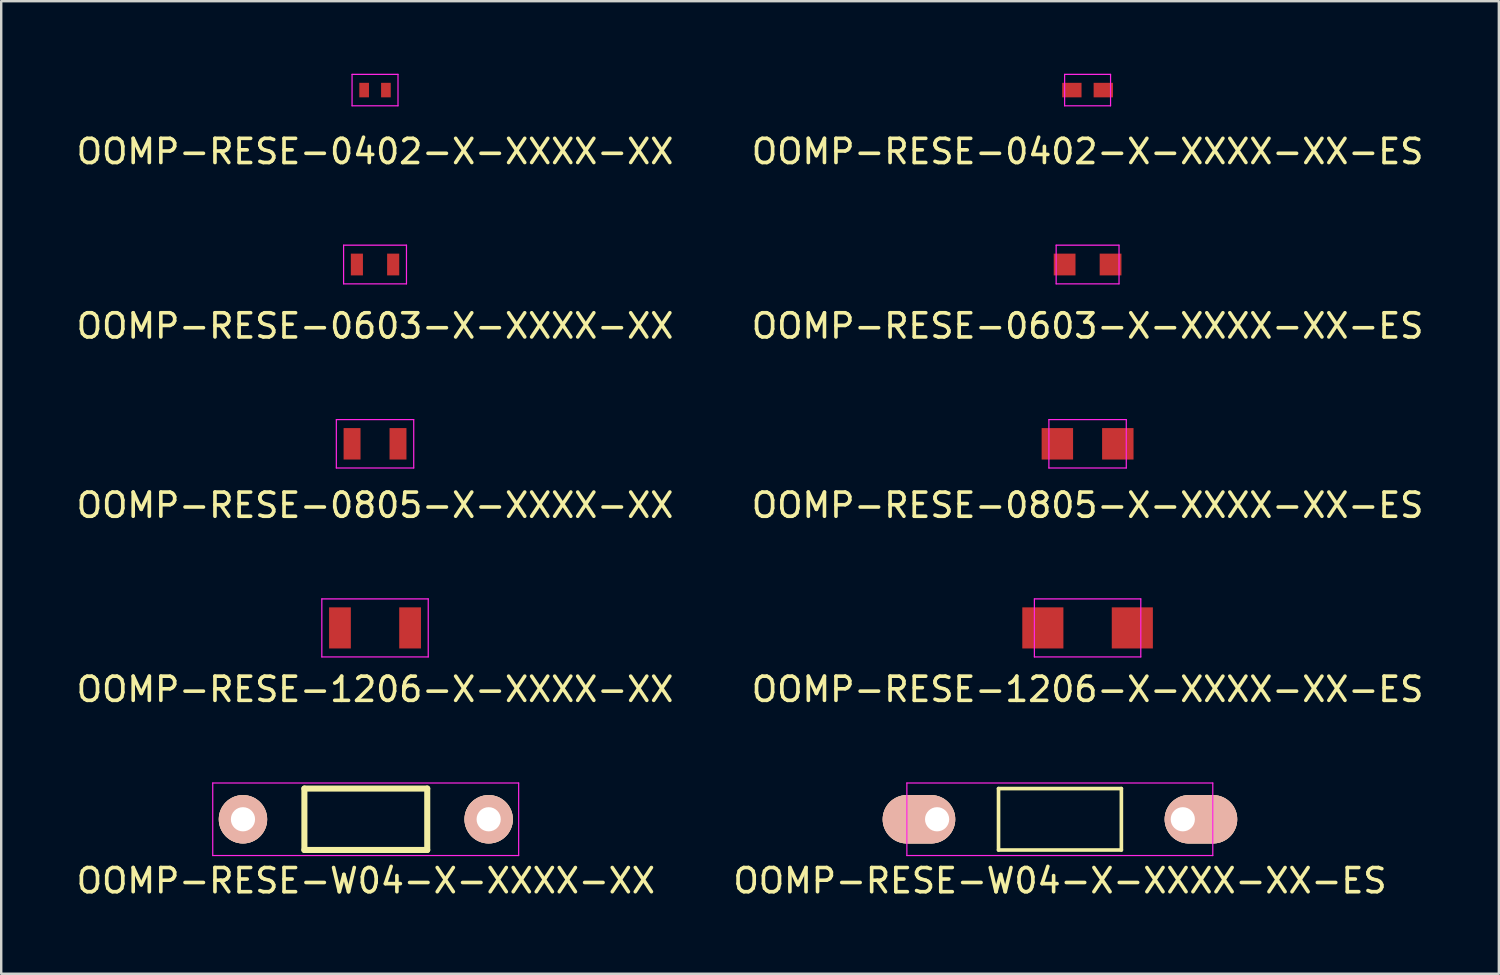
<source format=kicad_pcb>
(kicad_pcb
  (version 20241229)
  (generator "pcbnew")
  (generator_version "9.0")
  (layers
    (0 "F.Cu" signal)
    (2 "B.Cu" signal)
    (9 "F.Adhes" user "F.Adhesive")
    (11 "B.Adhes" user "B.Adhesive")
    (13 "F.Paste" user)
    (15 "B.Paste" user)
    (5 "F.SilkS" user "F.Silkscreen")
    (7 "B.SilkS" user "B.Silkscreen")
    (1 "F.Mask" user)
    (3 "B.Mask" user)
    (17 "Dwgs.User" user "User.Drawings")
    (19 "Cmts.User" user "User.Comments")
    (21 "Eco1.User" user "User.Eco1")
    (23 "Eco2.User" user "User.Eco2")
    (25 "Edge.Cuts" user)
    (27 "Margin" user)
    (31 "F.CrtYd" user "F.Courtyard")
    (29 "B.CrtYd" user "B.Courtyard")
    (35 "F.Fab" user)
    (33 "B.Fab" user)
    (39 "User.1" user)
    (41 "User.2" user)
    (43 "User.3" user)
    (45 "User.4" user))
  (footprint "OOMP-RESE-W04-X-XXXX-XX-ES"
    (layer "F.Cu")
    (at 35.7 30.828)
    (property "Reference" "OOMP-RESE-W04-X-XXXX-XX-ES" (at 5.08 2.54 0) (layer "F.SilkS") (effects (font (size 1 1) (thickness 0.15))))
    (attr through_hole)
    (fp_line (start 2.54 -1.27) (end 7.62 -1.27) (stroke (width 0.15) (type solid)) (layer "F.SilkS"))
    (fp_line (start 2.54 1.27) (end 2.54 -1.27) (stroke (width 0.15) (type solid)) (layer "F.SilkS"))
    (fp_line (start 7.62 -1.27) (end 7.62 1.27) (stroke (width 0.15) (type solid)) (layer "F.SilkS"))
    (fp_line (start 7.62 1.27) (end 2.54 1.27) (stroke (width 0.15) (type solid)) (layer "F.SilkS"))
    (fp_line (start -1.25 -1.5) (end 11.4 -1.5) (stroke (width 0.05) (type solid)) (layer "F.CrtYd"))
    (fp_line (start -1.25 1.5) (end -1.25 -1.5) (stroke (width 0.05) (type solid)) (layer "F.CrtYd"))
    (fp_line (start -1.25 1.5) (end 11.4 1.5) (stroke (width 0.05) (type solid)) (layer "F.CrtYd"))
    (fp_line (start 11.4 -1.5) (end 11.4 1.5) (stroke (width 0.05) (type solid)) (layer "F.CrtYd"))
    (pad "1" thru_hole oval (at 0 0 180) (size 3 2) (drill 1 (offset 0.75 0)) (layers "*.Cu" "*.SilkS" "*.Mask"))
    (pad "2" thru_hole oval (at 10.16 0) (size 3 2) (drill 1 (offset 0.75 0)) (layers "*.Cu" "*.SilkS" "*.Mask")))
  (footprint "OOMP-RESE-1206-X-XXXX-XX"
    (layer "F.Cu")
    (at 12.458 22.915)
    (property "Reference" "OOMP-RESE-1206-X-XXXX-XX" (at 0 2.54 0) (layer "F.SilkS") (effects (font (size 1 1) (thickness 0.15))))
    (attr smd)
    (fp_line (start -2.2 -1.2) (end -2.2 1.2) (stroke (width 0.05) (type solid)) (layer "F.CrtYd"))
    (fp_line (start -2.2 -1.2) (end 2.2 -1.2) (stroke (width 0.05) (type solid)) (layer "F.CrtYd"))
    (fp_line (start -2.2 1.2) (end 2.2 1.2) (stroke (width 0.05) (type solid)) (layer "F.CrtYd"))
    (fp_line (start 2.2 -1.2) (end 2.2 1.2) (stroke (width 0.05) (type solid)) (layer "F.CrtYd"))
    (pad "1" smd rect (at -1.45 0) (size 0.9 1.7) (layers "F.Cu" "F.Mask" "F.Paste"))
    (pad "2" smd rect (at 1.45 0) (size 0.9 1.7) (layers "F.Cu" "F.Mask" "F.Paste")))
  (footprint "OOMP-RESE-0603-X-XXXX-XX"
    (layer "F.Cu")
    (at 12.458 7.888)
    (property "Reference" "OOMP-RESE-0603-X-XXXX-XX" (at 0 2.54 0) (layer "F.SilkS") (effects (font (size 1 1) (thickness 0.15))))
    (attr smd)
    (fp_line (start -1.3 -0.8) (end -1.3 0.8) (stroke (width 0.05) (type solid)) (layer "F.CrtYd"))
    (fp_line (start -1.3 -0.8) (end 1.3 -0.8) (stroke (width 0.05) (type solid)) (layer "F.CrtYd"))
    (fp_line (start -1.3 0.8) (end 1.3 0.8) (stroke (width 0.05) (type solid)) (layer "F.CrtYd"))
    (fp_line (start 1.3 -0.8) (end 1.3 0.8) (stroke (width 0.05) (type solid)) (layer "F.CrtYd"))
    (pad "1" smd rect (at -0.75 0) (size 0.5 0.9) (layers "F.Cu" "F.Mask" "F.Paste"))
    (pad "2" smd rect (at 0.75 0) (size 0.5 0.9) (layers "F.Cu" "F.Mask" "F.Paste")))
  (footprint "OOMP-RESE-0805-X-XXXX-XX"
    (layer "F.Cu")
    (at 12.458 15.302)
    (property "Reference" "OOMP-RESE-0805-X-XXXX-XX" (at 0 2.54 0) (layer "F.SilkS") (effects (font (size 1 1) (thickness 0.15))))
    (attr smd)
    (fp_line (start -1.6 -1) (end -1.6 1) (stroke (width 0.05) (type solid)) (layer "F.CrtYd"))
    (fp_line (start -1.6 -1) (end 1.6 -1) (stroke (width 0.05) (type solid)) (layer "F.CrtYd"))
    (fp_line (start -1.6 1) (end 1.6 1) (stroke (width 0.05) (type solid)) (layer "F.CrtYd"))
    (fp_line (start 1.6 -1) (end 1.6 1) (stroke (width 0.05) (type solid)) (layer "F.CrtYd"))
    (pad "1" smd rect (at -0.95 0) (size 0.7 1.3) (layers "F.Cu" "F.Mask" "F.Paste"))
    (pad "2" smd rect (at 0.95 0) (size 0.7 1.3) (layers "F.Cu" "F.Mask" "F.Paste")))
  (footprint "OOMP-RESE-W04-X-XXXX-XX"
    (layer "F.Cu")
    (at 6.997 30.828)
    (property "Reference" "OOMP-RESE-W04-X-XXXX-XX" (at 5.08 2.54 0) (layer "F.SilkS") (effects (font (size 1 1) (thickness 0.15))))
    (attr through_hole)
    (fp_line (start 2.54 -1.27) (end 7.62 -1.27) (stroke (width 0.25) (type solid)) (layer "F.SilkS"))
    (fp_line (start 2.54 1.27) (end 2.54 -1.27) (stroke (width 0.25) (type solid)) (layer "F.SilkS"))
    (fp_line (start 7.62 -1.27) (end 7.62 1.27) (stroke (width 0.25) (type solid)) (layer "F.SilkS"))
    (fp_line (start 7.62 1.27) (end 2.54 1.27) (stroke (width 0.25) (type solid)) (layer "F.SilkS"))
    (fp_line (start -1.25 -1.5) (end 11.4 -1.5) (stroke (width 0.05) (type solid)) (layer "F.CrtYd"))
    (fp_line (start -1.25 1.5) (end -1.25 -1.5) (stroke (width 0.05) (type solid)) (layer "F.CrtYd"))
    (fp_line (start -1.25 1.5) (end 11.4 1.5) (stroke (width 0.05) (type solid)) (layer "F.CrtYd"))
    (fp_line (start 11.4 -1.5) (end 11.4 1.5) (stroke (width 0.05) (type solid)) (layer "F.CrtYd"))
    (pad "1" thru_hole circle (at 0 0 180) (size 2 2) (drill 1) (layers "*.Cu" "*.SilkS" "*.Mask"))
    (pad "2" thru_hole circle (at 10.16 0) (size 2 2) (drill 1) (layers "*.Cu" "*.SilkS" "*.Mask")))
  (footprint "OOMP-RESE-0603-X-XXXX-XX-ES"
    (layer "F.Cu")
    (at 41.923 7.888)
    (property "Reference" "OOMP-RESE-0603-X-XXXX-XX-ES" (at 0 2.54 0) (layer "F.SilkS") (effects (font (size 1 1) (thickness 0.15))))
    (attr smd)
    (fp_line (start -1.3 -0.8) (end -1.3 0.8) (stroke (width 0.05) (type solid)) (layer "F.CrtYd"))
    (fp_line (start -1.3 -0.8) (end 1.3 -0.8) (stroke (width 0.05) (type solid)) (layer "F.CrtYd"))
    (fp_line (start -1.3 0.8) (end 1.3 0.8) (stroke (width 0.05) (type solid)) (layer "F.CrtYd"))
    (fp_line (start 1.3 -0.8) (end 1.3 0.8) (stroke (width 0.05) (type solid)) (layer "F.CrtYd"))
    (pad "1" smd rect (at -0.75 0) (size 0.9 0.9) (drill (offset -0.2 0)) (layers "F.Cu" "F.Mask" "F.Paste"))
    (pad "2" smd rect (at 0.75 0) (size 0.9 0.9) (drill (offset 0.2 0)) (layers "F.Cu" "F.Mask" "F.Paste")))
  (footprint "OOMP-RESE-0402-X-XXXX-XX-ES"
    (layer "F.Cu")
    (at 41.923 0.675)
    (property "Reference" "OOMP-RESE-0402-X-XXXX-XX-ES" (at 0 2.54 0) (layer "F.SilkS") (effects (font (size 1 1) (thickness 0.15))))
    (attr smd)
    (fp_line (start -0.95 -0.65) (end -0.95 0.65) (stroke (width 0.05) (type solid)) (layer "F.CrtYd"))
    (fp_line (start -0.95 -0.65) (end 0.95 -0.65) (stroke (width 0.05) (type solid)) (layer "F.CrtYd"))
    (fp_line (start -0.95 0.65) (end 0.95 0.65) (stroke (width 0.05) (type solid)) (layer "F.CrtYd"))
    (fp_line (start 0.95 -0.65) (end 0.95 0.65) (stroke (width 0.05) (type solid)) (layer "F.CrtYd"))
    (pad "1" smd rect (at -0.45 0) (size 0.8 0.6) (drill (offset -0.2 0)) (layers "F.Cu" "F.Mask" "F.Paste"))
    (pad "2" smd rect (at 0.45 0) (size 0.8 0.6) (drill (offset 0.2 0)) (layers "F.Cu" "F.Mask" "F.Paste")))
  (footprint "OOMP-RESE-0402-X-XXXX-XX"
    (layer "F.Cu")
    (at 12.458 0.675)
    (property "Reference" "OOMP-RESE-0402-X-XXXX-XX" (at 0 2.54 0) (layer "F.SilkS") (effects (font (size 1 1) (thickness 0.15))))
    (attr smd)
    (fp_line (start -0.95 -0.65) (end -0.95 0.65) (stroke (width 0.05) (type solid)) (layer "F.CrtYd"))
    (fp_line (start -0.95 -0.65) (end 0.95 -0.65) (stroke (width 0.05) (type solid)) (layer "F.CrtYd"))
    (fp_line (start -0.95 0.65) (end 0.95 0.65) (stroke (width 0.05) (type solid)) (layer "F.CrtYd"))
    (fp_line (start 0.95 -0.65) (end 0.95 0.65) (stroke (width 0.05) (type solid)) (layer "F.CrtYd"))
    (pad "1" smd rect (at -0.45 0) (size 0.4 0.6) (layers "F.Cu" "F.Mask" "F.Paste"))
    (pad "2" smd rect (at 0.45 0) (size 0.4 0.6) (layers "F.Cu" "F.Mask" "F.Paste")))
  (footprint "OOMP-RESE-0805-X-XXXX-XX-ES"
    (layer "F.Cu")
    (at 41.923 15.302)
    (property "Reference" "OOMP-RESE-0805-X-XXXX-XX-ES" (at 0 2.54 0) (layer "F.SilkS") (effects (font (size 1 1) (thickness 0.15))))
    (attr smd)
    (fp_line (start -1.6 -1) (end -1.6 1) (stroke (width 0.05) (type solid)) (layer "F.CrtYd"))
    (fp_line (start -1.6 -1) (end 1.6 -1) (stroke (width 0.05) (type solid)) (layer "F.CrtYd"))
    (fp_line (start -1.6 1) (end 1.6 1) (stroke (width 0.05) (type solid)) (layer "F.CrtYd"))
    (fp_line (start 1.6 -1) (end 1.6 1) (stroke (width 0.05) (type solid)) (layer "F.CrtYd"))
    (pad "1" smd rect (at -0.95 0) (size 1.3 1.3) (drill (offset -0.3 0)) (layers "F.Cu" "F.Mask" "F.Paste"))
    (pad "2" smd rect (at 0.95 0) (size 1.3 1.3) (drill (offset 0.3 0)) (layers "F.Cu" "F.Mask" "F.Paste")))
  (footprint "OOMP-RESE-1206-X-XXXX-XX-ES"
    (layer "F.Cu")
    (at 41.923 22.915)
    (property "Reference" "OOMP-RESE-1206-X-XXXX-XX-ES" (at 0 2.54 0) (layer "F.SilkS") (effects (font (size 1 1) (thickness 0.15))))
    (attr smd)
    (fp_line (start -2.2 -1.2) (end -2.2 1.2) (stroke (width 0.05) (type solid)) (layer "F.CrtYd"))
    (fp_line (start -2.2 -1.2) (end 2.2 -1.2) (stroke (width 0.05) (type solid)) (layer "F.CrtYd"))
    (fp_line (start -2.2 1.2) (end 2.2 1.2) (stroke (width 0.05) (type solid)) (layer "F.CrtYd"))
    (fp_line (start 2.2 -1.2) (end 2.2 1.2) (stroke (width 0.05) (type solid)) (layer "F.CrtYd"))
    (pad "1" smd rect (at -1.45 0) (size 1.7 1.7) (drill (offset -0.4 0)) (layers "F.Cu" "F.Mask" "F.Paste"))
    (pad "2" smd rect (at 1.45 0) (size 1.7 1.7) (drill (offset 0.4 0)) (layers "F.Cu" "F.Mask" "F.Paste")))
  (gr_rect
    (start -3 -3)
    (end 58.929 37.216)
    (stroke (width 0.1) (type default))
    (fill no)
    (layer "Edge.Cuts")))
</source>
